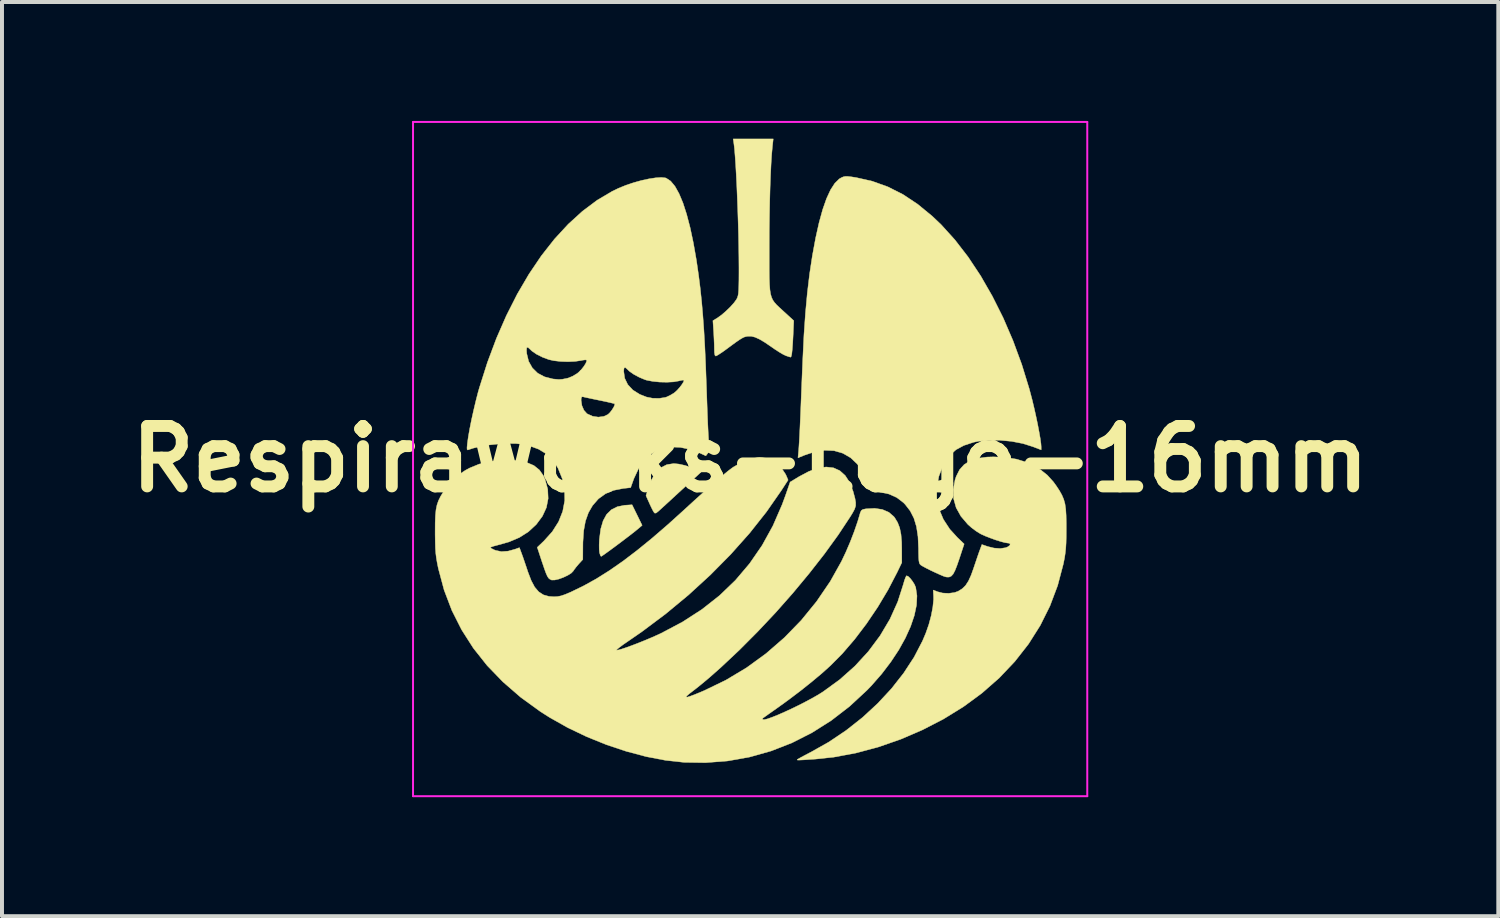
<source format=kicad_pcb>
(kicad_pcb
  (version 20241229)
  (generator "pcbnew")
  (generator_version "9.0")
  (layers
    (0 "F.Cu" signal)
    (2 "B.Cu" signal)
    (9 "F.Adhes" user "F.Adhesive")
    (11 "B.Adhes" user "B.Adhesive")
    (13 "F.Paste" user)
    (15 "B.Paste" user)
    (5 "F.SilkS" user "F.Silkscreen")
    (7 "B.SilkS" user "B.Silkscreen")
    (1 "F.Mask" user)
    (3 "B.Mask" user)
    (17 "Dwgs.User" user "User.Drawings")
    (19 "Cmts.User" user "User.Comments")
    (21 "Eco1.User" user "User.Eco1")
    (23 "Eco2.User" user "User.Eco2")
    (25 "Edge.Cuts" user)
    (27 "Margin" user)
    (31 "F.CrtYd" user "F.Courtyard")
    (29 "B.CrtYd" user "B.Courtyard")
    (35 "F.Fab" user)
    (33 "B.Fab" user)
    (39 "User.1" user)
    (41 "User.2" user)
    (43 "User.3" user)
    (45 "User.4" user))
  (footprint "RespiraWorks-Logo-16mm"
    (layer "F.Cu")
    (at 15.864 8.525)
    (property "Reference" "RespiraWorks-Logo-16mm" (at 0 0 0) (layer "F.SilkS") (effects (font (size 1.524 1.524) (thickness 0.3))))
    (attr through_hole)
    (fp_poly (pts (xy -2.85 1.411) (xy -2.723 1.671) (xy -2.822 1.755) (xy -2.888 1.809) (xy -2.982 1.883) (xy -3.095 1.97) (xy -3.221 2.066) (xy -3.349 2.162) (xy -3.473 2.254) (xy -3.585 2.336) (xy -3.675 2.401) (xy -3.735 2.442) (xy -3.758 2.455) (xy -3.776 2.431) (xy -3.795 2.37) (xy -3.799 2.352) (xy -3.806 2.274) (xy -3.807 2.162) (xy -3.802 2.039) (xy -3.801 2.021) (xy -3.768 1.764) (xy -3.707 1.556) (xy -3.619 1.394) (xy -3.5 1.277) (xy -3.349 1.201) (xy -3.165 1.164) (xy -3.147 1.163) (xy -2.977 1.152) (xy -2.85 1.411)) (stroke (width 0.01) (type solid)) (fill yes) (layer "F.SilkS"))
    (fp_poly (pts (xy -1.796 0.126) (xy -1.643 0.16) (xy -1.486 0.21) (xy -1.349 0.269) (xy -1.332 0.278) (xy -1.238 0.328) (xy -1.741 0.79) (xy -1.886 0.923) (xy -2.02 1.047) (xy -2.138 1.155) (xy -2.232 1.241) (xy -2.296 1.299) (xy -2.317 1.318) (xy -2.371 1.36) (xy -2.404 1.363) (xy -2.421 1.348) (xy -2.448 1.305) (xy -2.488 1.226) (xy -2.534 1.128) (xy -2.539 1.116) (xy -2.626 0.923) (xy -2.58 0.766) (xy -2.494 0.532) (xy -2.385 0.35) (xy -2.254 0.219) (xy -2.101 0.14) (xy -1.927 0.113) (xy -1.923 0.113) (xy -1.796 0.126)) (stroke (width 0.01) (type solid)) (fill yes) (layer "F.SilkS"))
    (fp_poly (pts (xy 0.56 -7.867) (xy 0.543 -7.68) (xy 0.528 -7.443) (xy 0.515 -7.163) (xy 0.503 -6.847) (xy 0.494 -6.503) (xy 0.487 -6.135) (xy 0.482 -5.753) (xy 0.481 -5.361) (xy 0.481 -5.306) (xy 0.481 -5.01) (xy 0.481 -4.764) (xy 0.483 -4.563) (xy 0.489 -4.4) (xy 0.499 -4.269) (xy 0.515 -4.164) (xy 0.539 -4.08) (xy 0.571 -4.01) (xy 0.614 -3.948) (xy 0.668 -3.888) (xy 0.735 -3.824) (xy 0.816 -3.75) (xy 0.842 -3.726) (xy 1.1 -3.49) (xy 1.085 -3.149) (xy 1.074 -2.931) (xy 1.062 -2.766) (xy 1.05 -2.653) (xy 1.036 -2.588) (xy 1.021 -2.569) (xy 0.984 -2.579) (xy 0.917 -2.601) (xy 0.898 -2.608) (xy 0.831 -2.64) (xy 0.734 -2.697) (xy 0.621 -2.77) (xy 0.545 -2.823) (xy 0.374 -2.94) (xy 0.236 -3.022) (xy 0.123 -3.073) (xy 0.027 -3.097) (xy -0.062 -3.096) (xy -0.063 -3.096) (xy -0.108 -3.088) (xy -0.152 -3.075) (xy -0.202 -3.05) (xy -0.267 -3.011) (xy -0.353 -2.952) (xy -0.469 -2.867) (xy -0.607 -2.765) (xy -0.706 -2.694) (xy -0.791 -2.638) (xy -0.849 -2.604) (xy -0.868 -2.597) (xy -0.889 -2.619) (xy -0.901 -2.69) (xy -0.903 -2.773) (xy -0.905 -2.884) (xy -0.911 -3.026) (xy -0.918 -3.174) (xy -0.921 -3.22) (xy -0.939 -3.49) (xy -0.829 -3.557) (xy -0.726 -3.63) (xy -0.613 -3.727) (xy -0.502 -3.834) (xy -0.408 -3.939) (xy -0.344 -4.027) (xy -0.336 -4.042) (xy -0.319 -4.08) (xy -0.306 -4.123) (xy -0.296 -4.181) (xy -0.29 -4.26) (xy -0.286 -4.368) (xy -0.283 -4.513) (xy -0.282 -4.702) (xy -0.282 -4.832) (xy -0.284 -5.092) (xy -0.288 -5.376) (xy -0.294 -5.676) (xy -0.303 -5.986) (xy -0.313 -6.298) (xy -0.325 -6.605) (xy -0.337 -6.9) (xy -0.351 -7.175) (xy -0.365 -7.425) (xy -0.38 -7.641) (xy -0.394 -7.816) (xy -0.409 -7.944) (xy -0.412 -7.966) (xy -0.428 -8.072) (xy 0.582 -8.072) (xy 0.56 -7.867)) (stroke (width 0.01) (type solid)) (fill yes) (layer "F.SilkS"))
    (fp_poly (pts (xy 6.447 -0.042) (xy 6.717 0.002) (xy 6.963 0.079) (xy 7.098 0.14) (xy 7.315 0.264) (xy 7.492 0.404) (xy 7.645 0.573) (xy 7.715 0.669) (xy 7.798 0.795) (xy 7.86 0.906) (xy 7.906 1.014) (xy 7.938 1.128) (xy 7.957 1.261) (xy 7.967 1.422) (xy 7.971 1.624) (xy 7.971 1.75) (xy 7.97 1.954) (xy 7.966 2.115) (xy 7.958 2.248) (xy 7.946 2.365) (xy 7.929 2.481) (xy 7.904 2.61) (xy 7.894 2.655) (xy 7.753 3.19) (xy 7.559 3.704) (xy 7.315 4.194) (xy 7.02 4.661) (xy 6.675 5.102) (xy 6.282 5.517) (xy 5.842 5.903) (xy 5.379 6.243) (xy 4.879 6.552) (xy 4.349 6.826) (xy 3.799 7.063) (xy 3.236 7.259) (xy 2.669 7.411) (xy 2.106 7.516) (xy 1.653 7.564) (xy 1.481 7.575) (xy 1.358 7.584) (xy 1.274 7.588) (xy 1.223 7.59) (xy 1.197 7.589) (xy 1.187 7.585) (xy 1.185 7.579) (xy 1.185 7.579) (xy 1.209 7.562) (xy 1.274 7.525) (xy 1.371 7.473) (xy 1.49 7.41) (xy 1.522 7.394) (xy 1.981 7.136) (xy 2.42 6.841) (xy 2.833 6.515) (xy 3.215 6.162) (xy 3.563 5.788) (xy 3.87 5.397) (xy 4.133 4.995) (xy 4.346 4.585) (xy 4.429 4.389) (xy 4.506 4.168) (xy 4.566 3.944) (xy 4.606 3.731) (xy 4.625 3.543) (xy 4.624 3.453) (xy 4.619 3.37) (xy 4.617 3.315) (xy 4.618 3.302) (xy 4.643 3.312) (xy 4.703 3.336) (xy 4.723 3.344) (xy 4.856 3.378) (xy 5.008 3.385) (xy 5.155 3.365) (xy 5.246 3.332) (xy 5.348 3.268) (xy 5.432 3.186) (xy 5.504 3.075) (xy 5.572 2.926) (xy 5.631 2.761) (xy 5.679 2.619) (xy 5.726 2.48) (xy 5.766 2.364) (xy 5.79 2.298) (xy 5.843 2.154) (xy 5.991 2.205) (xy 6.151 2.244) (xy 6.306 2.255) (xy 6.44 2.235) (xy 6.493 2.214) (xy 6.549 2.173) (xy 6.556 2.137) (xy 6.513 2.118) (xy 6.491 2.117) (xy 6.422 2.106) (xy 6.316 2.078) (xy 6.188 2.038) (xy 6.053 1.989) (xy 5.925 1.939) (xy 5.82 1.891) (xy 5.805 1.883) (xy 5.697 1.816) (xy 5.579 1.727) (xy 5.489 1.647) (xy 5.314 1.442) (xy 5.194 1.226) (xy 5.13 1) (xy 5.121 0.765) (xy 5.167 0.52) (xy 5.196 0.435) (xy 5.28 0.268) (xy 5.396 0.139) (xy 5.547 0.043) (xy 5.738 -0.019) (xy 5.972 -0.051) (xy 6.139 -0.056) (xy 6.447 -0.042)) (stroke (width 0.01) (type solid)) (fill yes) (layer "F.SilkS"))
    (fp_poly (pts (xy 2.463 -7.127) (xy 2.555 -7.116) (xy 2.672 -7.098) (xy 3.079 -7.006) (xy 3.472 -6.865) (xy 3.854 -6.672) (xy 4.226 -6.425) (xy 4.591 -6.125) (xy 4.815 -5.912) (xy 5.161 -5.53) (xy 5.494 -5.099) (xy 5.81 -4.623) (xy 6.106 -4.108) (xy 6.38 -3.561) (xy 6.628 -2.985) (xy 6.848 -2.387) (xy 7.037 -1.773) (xy 7.11 -1.497) (xy 7.159 -1.292) (xy 7.206 -1.082) (xy 7.249 -0.877) (xy 7.285 -0.687) (xy 7.314 -0.522) (xy 7.332 -0.392) (xy 7.338 -0.31) (xy 7.338 -0.232) (xy 7.133 -0.311) (xy 6.876 -0.392) (xy 6.592 -0.447) (xy 6.297 -0.475) (xy 6.01 -0.476) (xy 5.745 -0.448) (xy 5.63 -0.423) (xy 5.388 -0.343) (xy 5.192 -0.237) (xy 5.034 -0.098) (xy 4.907 0.077) (xy 4.868 0.151) (xy 4.759 0.432) (xy 4.705 0.712) (xy 4.706 0.989) (xy 4.762 1.259) (xy 4.872 1.52) (xy 5.035 1.769) (xy 5.227 1.979) (xy 5.396 2.141) (xy 5.277 2.503) (xy 5.216 2.68) (xy 5.165 2.81) (xy 5.119 2.898) (xy 5.072 2.95) (xy 5.021 2.974) (xy 4.961 2.975) (xy 4.925 2.969) (xy 4.869 2.95) (xy 4.778 2.911) (xy 4.666 2.86) (xy 4.547 2.804) (xy 4.438 2.749) (xy 4.351 2.702) (xy 4.304 2.673) (xy 4.281 2.65) (xy 4.265 2.618) (xy 4.255 2.566) (xy 4.249 2.484) (xy 4.246 2.363) (xy 4.245 2.253) (xy 4.232 1.957) (xy 4.194 1.705) (xy 4.129 1.49) (xy 4.034 1.305) (xy 3.908 1.143) (xy 3.864 1.098) (xy 3.697 0.97) (xy 3.497 0.881) (xy 3.259 0.829) (xy 3.226 0.825) (xy 3.041 0.804) (xy 2.97 0.607) (xy 2.853 0.345) (xy 2.707 0.131) (xy 2.534 -0.033) (xy 2.337 -0.147) (xy 2.117 -0.211) (xy 1.877 -0.222) (xy 1.617 -0.181) (xy 1.372 -0.099) (xy 1.206 -0.031) (xy 1.223 -0.219) (xy 1.229 -0.301) (xy 1.237 -0.428) (xy 1.246 -0.591) (xy 1.255 -0.779) (xy 1.264 -0.981) (xy 1.27 -1.114) (xy 1.28 -1.363) (xy 1.291 -1.647) (xy 1.303 -1.945) (xy 1.315 -2.235) (xy 1.326 -2.496) (xy 1.328 -2.54) (xy 1.357 -3.136) (xy 1.395 -3.684) (xy 1.442 -4.193) (xy 1.499 -4.67) (xy 1.568 -5.124) (xy 1.649 -5.563) (xy 1.651 -5.574) (xy 1.737 -5.959) (xy 1.828 -6.29) (xy 1.925 -6.567) (xy 2.027 -6.788) (xy 2.134 -6.954) (xy 2.246 -7.064) (xy 2.301 -7.096) (xy 2.35 -7.117) (xy 2.399 -7.127) (xy 2.463 -7.127)) (stroke (width 0.01) (type solid)) (fill yes) (layer "F.SilkS"))
    (fp_poly (pts (xy -2.136 -7.09) (xy -2.116 -7.083) (xy -2.004 -7.009) (xy -1.896 -6.879) (xy -1.793 -6.695) (xy -1.694 -6.459) (xy -1.601 -6.171) (xy -1.513 -5.834) (xy -1.431 -5.448) (xy -1.355 -5.015) (xy -1.344 -4.939) (xy -1.298 -4.621) (xy -1.258 -4.301) (xy -1.223 -3.971) (xy -1.193 -3.623) (xy -1.166 -3.251) (xy -1.143 -2.846) (xy -1.123 -2.402) (xy -1.105 -1.91) (xy -1.101 -1.806) (xy -1.089 -1.447) (xy -1.078 -1.141) (xy -1.068 -0.886) (xy -1.058 -0.678) (xy -1.049 -0.514) (xy -1.04 -0.391) (xy -1.031 -0.307) (xy -1.03 -0.296) (xy -1.04 -0.195) (xy -1.067 -0.147) (xy -1.117 -0.082) (xy -1.271 -0.153) (xy -1.515 -0.244) (xy -1.759 -0.295) (xy -1.991 -0.305) (xy -2.202 -0.274) (xy -2.318 -0.234) (xy -2.506 -0.12) (xy -2.673 0.042) (xy -2.817 0.249) (xy -2.932 0.494) (xy -2.942 0.522) (xy -3.013 0.72) (xy -3.198 0.74) (xy -3.441 0.788) (xy -3.645 0.872) (xy -3.816 0.995) (xy -3.836 1.014) (xy -3.974 1.173) (xy -4.078 1.353) (xy -4.152 1.562) (xy -4.197 1.806) (xy -4.216 2.093) (xy -4.217 2.162) (xy -4.219 2.532) (xy -4.323 2.646) (xy -4.388 2.723) (xy -4.441 2.793) (xy -4.459 2.822) (xy -4.51 2.875) (xy -4.599 2.931) (xy -4.709 2.983) (xy -4.824 3.025) (xy -4.927 3.049) (xy -5.003 3.05) (xy -5.011 3.047) (xy -5.049 3.029) (xy -5.082 3.002) (xy -5.112 2.956) (xy -5.145 2.883) (xy -5.185 2.775) (xy -5.236 2.624) (xy -5.249 2.587) (xy -5.368 2.225) (xy -5.199 2.064) (xy -4.988 1.829) (xy -4.83 1.579) (xy -4.726 1.318) (xy -4.675 1.047) (xy -4.679 0.771) (xy -4.738 0.492) (xy -4.846 0.227) (xy -4.972 0.03) (xy -5.133 -0.127) (xy -5.332 -0.249) (xy -5.572 -0.337) (xy -5.729 -0.372) (xy -5.899 -0.391) (xy -6.107 -0.394) (xy -6.335 -0.382) (xy -6.569 -0.357) (xy -6.791 -0.321) (xy -6.986 -0.274) (xy -7.095 -0.238) (xy -7.123 -0.23) (xy -7.137 -0.244) (xy -7.139 -0.29) (xy -7.131 -0.38) (xy -7.129 -0.398) (xy -7.107 -0.557) (xy -7.072 -0.757) (xy -7.027 -0.983) (xy -6.974 -1.222) (xy -6.918 -1.459) (xy -6.912 -1.483) (xy -4.262 -1.483) (xy -4.242 -1.349) (xy -4.191 -1.231) (xy -4.115 -1.146) (xy -4.108 -1.141) (xy -3.973 -1.08) (xy -3.827 -1.058) (xy -3.687 -1.077) (xy -3.584 -1.126) (xy -3.535 -1.173) (xy -3.484 -1.239) (xy -3.44 -1.309) (xy -3.415 -1.366) (xy -3.416 -1.393) (xy -3.447 -1.403) (xy -3.523 -1.422) (xy -3.633 -1.447) (xy -3.766 -1.475) (xy -3.796 -1.481) (xy -3.937 -1.51) (xy -4.06 -1.536) (xy -4.155 -1.556) (xy -4.208 -1.569) (xy -4.212 -1.57) (xy -4.245 -1.57) (xy -4.259 -1.534) (xy -4.262 -1.483) (xy -6.912 -1.483) (xy -6.861 -1.681) (xy -6.828 -1.797) (xy -6.625 -2.436) (xy -6.501 -2.767) (xy -5.64 -2.767) (xy -5.634 -2.668) (xy -5.634 -2.665) (xy -5.585 -2.465) (xy -5.492 -2.299) (xy -5.358 -2.167) (xy -5.183 -2.074) (xy -4.972 -2.02) (xy -4.824 -2.007) (xy -4.735 -2.013) (xy -4.628 -2.034) (xy -4.583 -2.045) (xy -4.473 -2.091) (xy -4.364 -2.157) (xy -4.33 -2.184) (xy -4.291 -2.223) (xy -3.189 -2.223) (xy -3.163 -2.039) (xy -3.086 -1.879) (xy -2.959 -1.742) (xy -2.784 -1.632) (xy -2.611 -1.564) (xy -2.459 -1.534) (xy -2.293 -1.531) (xy -2.143 -1.554) (xy -2.11 -1.564) (xy -2.016 -1.608) (xy -1.92 -1.666) (xy -1.904 -1.678) (xy -1.842 -1.734) (xy -1.778 -1.805) (xy -1.721 -1.88) (xy -1.681 -1.944) (xy -1.667 -1.984) (xy -1.67 -1.989) (xy -1.702 -1.991) (xy -1.768 -1.978) (xy -1.794 -1.971) (xy -1.928 -1.947) (xy -2.097 -1.938) (xy -2.281 -1.942) (xy -2.458 -1.96) (xy -2.609 -1.989) (xy -2.651 -2.002) (xy -2.795 -2.062) (xy -2.933 -2.136) (xy -3.045 -2.214) (xy -3.102 -2.27) (xy -3.149 -2.31) (xy -3.178 -2.297) (xy -3.189 -2.231) (xy -3.189 -2.223) (xy -4.291 -2.223) (xy -4.26 -2.253) (xy -4.196 -2.333) (xy -4.147 -2.41) (xy -4.122 -2.47) (xy -4.125 -2.498) (xy -4.16 -2.502) (xy -4.229 -2.493) (xy -4.265 -2.485) (xy -4.414 -2.463) (xy -4.593 -2.455) (xy -4.779 -2.461) (xy -4.951 -2.481) (xy -5.076 -2.509) (xy -5.239 -2.57) (xy -5.386 -2.644) (xy -5.502 -2.724) (xy -5.543 -2.763) (xy -5.597 -2.812) (xy -5.629 -2.815) (xy -5.64 -2.767) (xy -6.501 -2.767) (xy -6.397 -3.045) (xy -6.145 -3.621) (xy -5.871 -4.162) (xy -5.576 -4.665) (xy -5.263 -5.128) (xy -4.933 -5.548) (xy -4.587 -5.923) (xy -4.228 -6.25) (xy -3.857 -6.528) (xy -3.476 -6.753) (xy -3.314 -6.831) (xy -3.131 -6.905) (xy -2.937 -6.97) (xy -2.74 -7.025) (xy -2.551 -7.066) (xy -2.381 -7.092) (xy -2.239 -7.101) (xy -2.136 -7.09)) (stroke (width 0.01) (type solid)) (fill yes) (layer "F.SilkS"))
    (fp_poly (pts (xy 0.426 -0.019) (xy 0.544 0.024) (xy 0.676 0.113) (xy 0.798 0.238) (xy 0.893 0.381) (xy 0.915 0.428) (xy 0.957 0.528) (xy 0.786 0.792) (xy 0.41 1.332) (xy -0.017 1.871) (xy -0.49 2.402) (xy -1.003 2.921) (xy -1.552 3.424) (xy -2.131 3.904) (xy -2.735 4.356) (xy -3.09 4.601) (xy -3.201 4.677) (xy -3.29 4.743) (xy -3.349 4.791) (xy -3.37 4.816) (xy -3.368 4.818) (xy -3.325 4.814) (xy -3.239 4.79) (xy -3.119 4.75) (xy -2.973 4.697) (xy -2.812 4.635) (xy -2.643 4.567) (xy -2.475 4.496) (xy -2.318 4.426) (xy -2.237 4.388) (xy -1.703 4.105) (xy -1.214 3.789) (xy -0.77 3.439) (xy -0.371 3.055) (xy -0.014 2.634) (xy 0.301 2.177) (xy 0.574 1.682) (xy 0.806 1.148) (xy 0.89 0.92) (xy 1.008 0.579) (xy 1.23 0.444) (xy 1.48 0.311) (xy 1.709 0.229) (xy 1.916 0.199) (xy 2.1 0.22) (xy 2.26 0.292) (xy 2.396 0.414) (xy 2.508 0.587) (xy 2.595 0.811) (xy 2.605 0.848) (xy 2.643 0.989) (xy 2.661 1.094) (xy 2.66 1.178) (xy 2.635 1.259) (xy 2.585 1.353) (xy 2.524 1.453) (xy 2.219 1.914) (xy 1.871 2.394) (xy 1.487 2.885) (xy 1.075 3.381) (xy 0.64 3.873) (xy 0.189 4.352) (xy -0.27 4.813) (xy -0.731 5.246) (xy -0.989 5.475) (xy -1.112 5.58) (xy -1.24 5.686) (xy -1.357 5.78) (xy -1.432 5.838) (xy -1.533 5.916) (xy -1.595 5.969) (xy -1.614 5.998) (xy -1.59 6.003) (xy -1.521 5.983) (xy -1.405 5.94) (xy -1.24 5.872) (xy -1.157 5.837) (xy -0.612 5.573) (xy -0.091 5.261) (xy 0.401 4.903) (xy 0.863 4.502) (xy 1.289 4.064) (xy 1.676 3.589) (xy 2.02 3.084) (xy 2.301 2.582) (xy 2.412 2.348) (xy 2.523 2.089) (xy 2.625 1.824) (xy 2.711 1.574) (xy 2.753 1.434) (xy 2.779 1.344) (xy 2.805 1.294) (xy 2.843 1.27) (xy 2.908 1.256) (xy 2.924 1.254) (xy 3.14 1.242) (xy 3.333 1.271) (xy 3.496 1.341) (xy 3.622 1.449) (xy 3.645 1.478) (xy 3.718 1.598) (xy 3.77 1.733) (xy 3.803 1.894) (xy 3.82 2.091) (xy 3.823 2.258) (xy 3.824 2.611) (xy 3.705 2.858) (xy 3.476 3.298) (xy 3.216 3.733) (xy 2.932 4.153) (xy 2.632 4.548) (xy 2.323 4.907) (xy 2.026 5.206) (xy 1.806 5.404) (xy 1.549 5.619) (xy 1.268 5.843) (xy 0.976 6.064) (xy 0.718 6.251) (xy 0.588 6.343) (xy 0.474 6.423) (xy 0.386 6.486) (xy 0.329 6.526) (xy 0.313 6.538) (xy 0.316 6.562) (xy 0.32 6.566) (xy 0.359 6.569) (xy 0.441 6.549) (xy 0.557 6.508) (xy 0.701 6.45) (xy 0.865 6.378) (xy 1.041 6.297) (xy 1.222 6.209) (xy 1.401 6.117) (xy 1.571 6.026) (xy 1.724 5.938) (xy 1.834 5.869) (xy 2.258 5.561) (xy 2.641 5.22) (xy 2.981 4.85) (xy 3.276 4.454) (xy 3.524 4.036) (xy 3.721 3.599) (xy 3.861 3.162) (xy 3.89 3.061) (xy 3.918 2.984) (xy 3.94 2.944) (xy 3.943 2.942) (xy 3.982 2.956) (xy 4.035 3.006) (xy 4.092 3.079) (xy 4.143 3.16) (xy 4.175 3.236) (xy 4.175 3.238) (xy 4.206 3.448) (xy 4.194 3.685) (xy 4.139 3.945) (xy 4.045 4.222) (xy 3.913 4.513) (xy 3.747 4.812) (xy 3.547 5.114) (xy 3.318 5.415) (xy 3.06 5.71) (xy 2.943 5.831) (xy 2.505 6.237) (xy 2.043 6.593) (xy 1.557 6.9) (xy 1.052 7.156) (xy 0.529 7.36) (xy -0.01 7.512) (xy -0.562 7.611) (xy -1.125 7.655) (xy -1.665 7.647) (xy -2.13 7.596) (xy -2.618 7.503) (xy -3.119 7.37) (xy -3.623 7.202) (xy -4.12 7.001) (xy -4.601 6.771) (xy -5.055 6.515) (xy -5.289 6.366) (xy -5.787 6.005) (xy -6.234 5.617) (xy -6.632 5.205) (xy -6.979 4.767) (xy -7.275 4.304) (xy -7.521 3.816) (xy -7.716 3.304) (xy -7.86 2.766) (xy -7.866 2.739) (xy -7.893 2.604) (xy -7.913 2.486) (xy -7.927 2.37) (xy -7.936 2.244) (xy -7.94 2.093) (xy -7.943 1.904) (xy -7.943 1.834) (xy -7.942 1.608) (xy -7.935 1.427) (xy -7.921 1.28) (xy -7.896 1.157) (xy -7.858 1.047) (xy -7.805 0.94) (xy -7.733 0.823) (xy -7.687 0.754) (xy -7.54 0.565) (xy -7.376 0.413) (xy -7.18 0.283) (xy -7.07 0.224) (xy -6.834 0.127) (xy -6.58 0.064) (xy -6.295 0.033) (xy -6.111 0.028) (xy -5.847 0.043) (xy -5.629 0.087) (xy -5.452 0.163) (xy -5.315 0.273) (xy -5.213 0.418) (xy -5.171 0.512) (xy -5.104 0.759) (xy -5.093 0.995) (xy -5.137 1.222) (xy -5.237 1.439) (xy -5.392 1.648) (xy -5.402 1.658) (xy -5.593 1.834) (xy -5.818 1.977) (xy -6.082 2.089) (xy -6.385 2.174) (xy -6.472 2.197) (xy -6.531 2.218) (xy -6.548 2.232) (xy -6.524 2.253) (xy -6.463 2.284) (xy -6.422 2.301) (xy -6.273 2.333) (xy -6.103 2.321) (xy -5.926 2.272) (xy -5.817 2.233) (xy -5.763 2.379) (xy -5.731 2.467) (xy -5.689 2.59) (xy -5.641 2.731) (xy -5.603 2.846) (xy -5.52 3.063) (xy -5.432 3.228) (xy -5.331 3.346) (xy -5.213 3.423) (xy -5.074 3.462) (xy -4.947 3.471) (xy -4.856 3.466) (xy -4.766 3.448) (xy -4.661 3.412) (xy -4.524 3.354) (xy -4.511 3.348) (xy -4.195 3.194) (xy -3.874 3.016) (xy -3.547 2.81) (xy -3.206 2.573) (xy -2.85 2.302) (xy -2.473 1.995) (xy -2.07 1.647) (xy -1.698 1.311) (xy -1.422 1.058) (xy -1.184 0.843) (xy -0.981 0.661) (xy -0.81 0.511) (xy -0.667 0.39) (xy -0.551 0.296) (xy -0.457 0.225) (xy -0.419 0.199) (xy -0.191 0.069) (xy 0.028 -0.011) (xy 0.235 -0.041) (xy 0.426 -0.019)) (stroke (width 0.01) (type solid)) (fill yes) (layer "F.SilkS"))
    (fp_line (start -8.5 -8.5) (end 8.5 -8.5) (stroke (width 0.05) (type solid)) (layer "F.CrtYd"))
    (fp_line (start -8.5 8.5) (end -8.5 -8.5) (stroke (width 0.05) (type solid)) (layer "F.CrtYd"))
    (fp_line (start 8.5 -8.5) (end 8.5 8.5) (stroke (width 0.05) (type solid)) (layer "F.CrtYd"))
    (fp_line (start 8.5 8.5) (end -8.5 8.5) (stroke (width 0.05) (type solid)) (layer "F.CrtYd")))
  (gr_rect
    (start -3 -3)
    (end 34.728 20.05)
    (stroke (width 0.1) (type default))
    (fill no)
    (layer "Edge.Cuts")))
</source>
